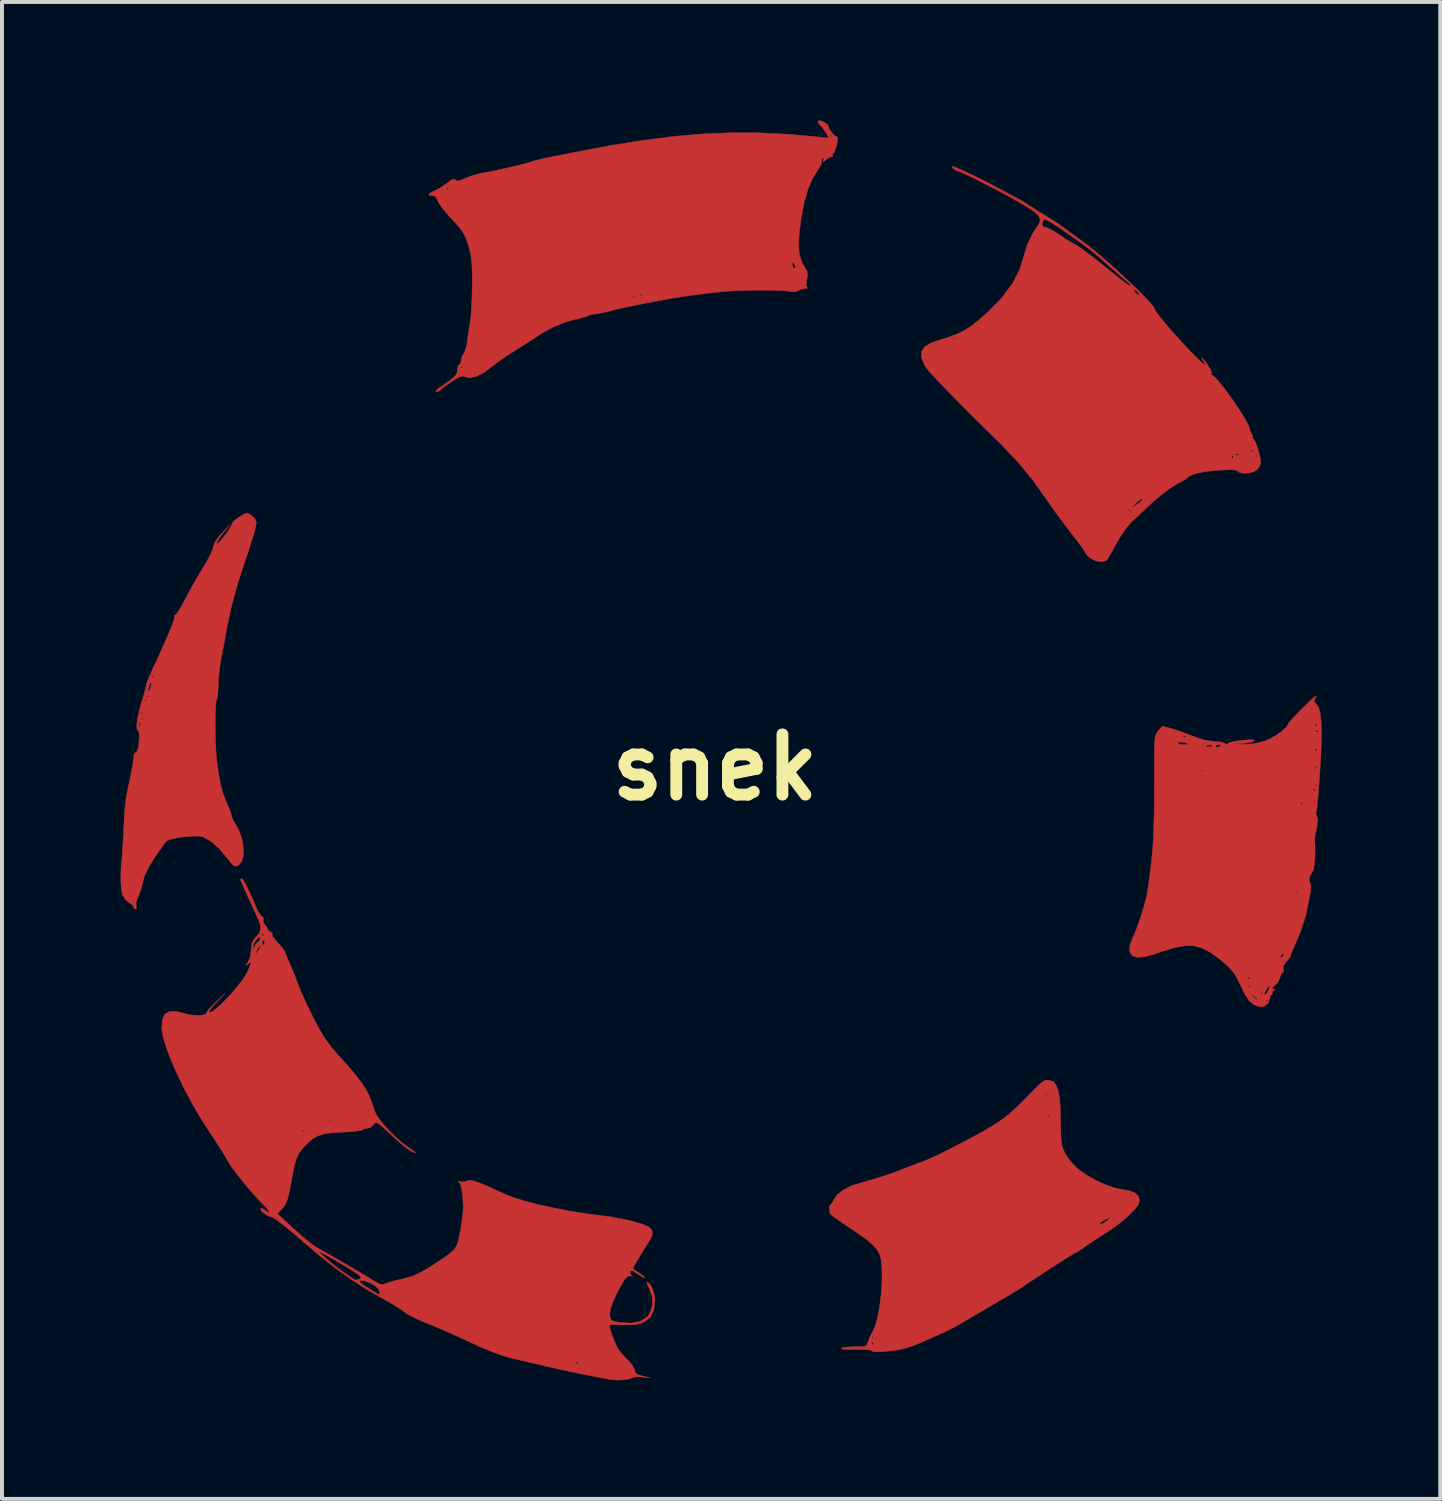
<source format=kicad_pcb>
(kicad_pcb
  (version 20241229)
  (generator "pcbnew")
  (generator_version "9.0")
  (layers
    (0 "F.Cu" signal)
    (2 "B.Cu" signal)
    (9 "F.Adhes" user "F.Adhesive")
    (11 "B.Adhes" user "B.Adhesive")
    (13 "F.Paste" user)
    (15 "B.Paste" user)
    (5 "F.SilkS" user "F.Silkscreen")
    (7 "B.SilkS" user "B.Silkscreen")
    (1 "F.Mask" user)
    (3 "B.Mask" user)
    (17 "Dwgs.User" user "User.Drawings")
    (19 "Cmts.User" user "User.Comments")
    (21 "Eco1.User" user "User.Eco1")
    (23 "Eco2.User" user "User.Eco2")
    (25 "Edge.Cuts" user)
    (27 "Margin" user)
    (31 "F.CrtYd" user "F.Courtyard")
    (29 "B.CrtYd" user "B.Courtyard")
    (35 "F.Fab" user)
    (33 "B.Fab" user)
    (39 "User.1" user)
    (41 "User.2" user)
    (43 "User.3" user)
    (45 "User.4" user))
  (footprint "snek"
    (layer "F.Cu")
    (at 15.036 16.36)
    (property "Reference" "snek" (at 0 0 0) (layer "F.SilkS") (effects (font (size 1.524 1.524) (thickness 0.3))))
    (attr through_hole)
    (fp_poly (pts (xy 8.429 7.912) (xy 8.444 7.915) (xy 8.534 7.94) (xy 8.57 7.953) (xy 8.635 8.059) (xy 8.682 8.185) (xy 8.713 8.348) (xy 8.731 8.564) (xy 8.74 8.85) (xy 8.74 8.917) (xy 8.744 9.178) (xy 8.752 9.367) (xy 8.765 9.503) (xy 8.787 9.606) (xy 8.821 9.695) (xy 8.862 9.776) (xy 8.967 9.932) (xy 9.106 10.09) (xy 9.182 10.16) (xy 9.386 10.305) (xy 9.629 10.443) (xy 9.883 10.56) (xy 10.115 10.639) (xy 10.229 10.663) (xy 10.462 10.705) (xy 10.616 10.761) (xy 10.704 10.84) (xy 10.737 10.948) (xy 10.738 10.981) (xy 10.702 11.07) (xy 10.603 11.195) (xy 10.456 11.343) (xy 10.276 11.499) (xy 10.076 11.65) (xy 9.891 11.772) (xy 9.706 11.888) (xy 9.511 12.017) (xy 9.388 12.103) (xy 9.254 12.196) (xy 9.142 12.267) (xy 9.087 12.296) (xy 9.029 12.328) (xy 8.911 12.4) (xy 8.749 12.502) (xy 8.559 12.624) (xy 8.358 12.754) (xy 8.16 12.884) (xy 7.983 13.001) (xy 7.842 13.097) (xy 7.786 13.137) (xy 7.712 13.185) (xy 7.577 13.267) (xy 7.402 13.372) (xy 7.214 13.481) (xy 6.979 13.618) (xy 6.728 13.765) (xy 6.497 13.902) (xy 6.367 13.978) (xy 6.184 14.085) (xy 6.011 14.181) (xy 5.876 14.251) (xy 5.841 14.267) (xy 5.719 14.322) (xy 5.549 14.398) (xy 5.368 14.481) (xy 5.361 14.484) (xy 5.166 14.567) (xy 4.968 14.643) (xy 4.811 14.694) (xy 4.655 14.729) (xy 4.475 14.757) (xy 4.294 14.776) (xy 4.134 14.785) (xy 4.017 14.781) (xy 3.965 14.763) (xy 3.965 14.759) (xy 3.922 14.741) (xy 3.81 14.729) (xy 3.648 14.725) (xy 3.576 14.726) (xy 3.4 14.726) (xy 3.265 14.719) (xy 3.193 14.706) (xy 3.187 14.7) (xy 3.228 14.68) (xy 3.336 14.665) (xy 3.45 14.658) (xy 3.606 14.654) (xy 3.731 14.649) (xy 3.781 14.647) (xy 3.841 14.604) (xy 3.853 14.574) (xy 3.965 14.574) (xy 3.981 14.612) (xy 3.995 14.604) (xy 4.001 14.55) (xy 3.995 14.543) (xy 3.968 14.55) (xy 3.965 14.574) (xy 3.853 14.574) (xy 3.873 14.528) (xy 3.913 14.414) (xy 3.965 14.414) (xy 3.988 14.437) (xy 4.01 14.414) (xy 3.988 14.391) (xy 3.965 14.414) (xy 3.913 14.414) (xy 3.916 14.405) (xy 3.977 14.294) (xy 4.047 14.145) (xy 4.108 13.926) (xy 4.159 13.658) (xy 4.198 13.362) (xy 4.22 13.06) (xy 4.225 12.773) (xy 4.209 12.523) (xy 4.196 12.433) (xy 4.161 12.312) (xy 4.095 12.197) (xy 3.989 12.077) (xy 3.831 11.943) (xy 3.612 11.784) (xy 3.38 11.629) (xy 3.248 11.541) (xy 9.732 11.541) (xy 9.772 11.553) (xy 9.832 11.526) (xy 9.92 11.46) (xy 9.921 11.46) (xy 10.029 11.366) (xy 9.88 11.438) (xy 9.767 11.501) (xy 9.732 11.541) (xy 3.248 11.541) (xy 3.2 11.509) (xy 3.052 11.405) (xy 2.949 11.328) (xy 2.909 11.29) (xy 2.909 11.289) (xy 2.898 11.219) (xy 2.89 11.176) (xy 2.898 11.094) (xy 2.919 11.069) (xy 2.969 11.007) (xy 3.004 10.936) (xy 3.09 10.811) (xy 3.243 10.69) (xy 3.437 10.589) (xy 3.553 10.549) (xy 3.85 10.463) (xy 4.079 10.396) (xy 4.258 10.34) (xy 4.408 10.29) (xy 4.547 10.24) (xy 4.695 10.182) (xy 4.72 10.173) (xy 4.903 10.102) (xy 5.109 10.025) (xy 5.2 9.992) (xy 5.361 9.929) (xy 5.565 9.838) (xy 5.774 9.737) (xy 5.828 9.71) (xy 6.221 9.507) (xy 6.544 9.336) (xy 6.809 9.19) (xy 7.028 9.061) (xy 7.212 8.94) (xy 7.36 8.83) (xy 8.404 8.83) (xy 8.427 8.853) (xy 8.45 8.83) (xy 8.427 8.807) (xy 8.404 8.83) (xy 7.36 8.83) (xy 7.374 8.819) (xy 7.526 8.692) (xy 7.679 8.548) (xy 7.845 8.381) (xy 7.94 8.283) (xy 7.942 8.281) (xy 8.358 8.281) (xy 8.381 8.304) (xy 8.404 8.281) (xy 8.381 8.258) (xy 8.358 8.281) (xy 7.942 8.281) (xy 8.106 8.113) (xy 8.224 8.002) (xy 8.308 7.937) (xy 8.371 7.911) (xy 8.429 7.912)) (stroke (width 0.01) (type solid)) (fill yes) (layer "F.Cu"))
    (fp_poly (pts (xy -11.765 -6.403) (xy -11.68 -6.334) (xy -11.624 -6.269) (xy -11.604 -6.203) (xy -11.616 -6.104) (xy -11.639 -6.002) (xy -11.679 -5.862) (xy -11.74 -5.665) (xy -11.813 -5.439) (xy -11.874 -5.262) (xy -12.073 -4.649) (xy -12.232 -4.066) (xy -12.346 -3.535) (xy -12.351 -3.504) (xy -12.394 -3.266) (xy -12.442 -3.007) (xy -12.486 -2.782) (xy -12.489 -2.771) (xy -12.527 -2.538) (xy -12.555 -2.276) (xy -12.566 -2.073) (xy -12.573 -1.906) (xy -12.585 -1.782) (xy -12.6 -1.721) (xy -12.603 -1.719) (xy -12.619 -1.676) (xy -12.63 -1.559) (xy -12.638 -1.385) (xy -12.641 -1.172) (xy -12.64 -0.936) (xy -12.635 -0.696) (xy -12.626 -0.468) (xy -12.613 -0.27) (xy -12.604 -0.177) (xy -12.556 0.17) (xy -12.503 0.447) (xy -12.439 0.676) (xy -12.359 0.878) (xy -12.344 0.91) (xy -12.284 1.05) (xy -12.244 1.164) (xy -12.236 1.208) (xy -12.212 1.289) (xy -12.15 1.405) (xy -12.122 1.449) (xy -12.023 1.636) (xy -11.958 1.845) (xy -11.927 2.054) (xy -11.933 2.244) (xy -11.976 2.392) (xy -12.055 2.477) (xy -12.117 2.501) (xy -12.171 2.488) (xy -12.237 2.426) (xy -12.333 2.301) (xy -12.337 2.297) (xy -12.549 2.048) (xy -12.763 1.862) (xy -12.952 1.757) (xy -13.061 1.74) (xy -13.225 1.741) (xy -13.417 1.756) (xy -13.607 1.783) (xy -13.767 1.818) (xy -13.866 1.858) (xy -13.871 1.862) (xy -13.919 1.917) (xy -14.003 2.031) (xy -14.109 2.184) (xy -14.182 2.293) (xy -14.334 2.541) (xy -14.431 2.748) (xy -14.484 2.933) (xy -14.485 2.936) (xy -14.523 3.099) (xy -14.572 3.239) (xy -14.601 3.298) (xy -14.644 3.416) (xy -14.64 3.496) (xy -14.634 3.572) (xy -14.659 3.59) (xy -14.704 3.554) (xy -14.708 3.532) (xy -14.745 3.471) (xy -14.811 3.429) (xy -14.905 3.356) (xy -14.975 3.255) (xy -15.007 3.135) (xy -15.026 2.952) (xy -15.031 2.732) (xy -15.022 2.504) (xy -15.009 2.377) (xy -15 2.281) (xy -14.989 2.115) (xy -14.976 1.901) (xy -14.963 1.662) (xy -14.961 1.622) (xy -14.947 1.334) (xy -14.933 1.113) (xy -14.918 0.938) (xy -14.898 0.783) (xy -14.87 0.627) (xy -14.832 0.445) (xy -14.8 0.298) (xy -14.758 0.097) (xy -14.727 -0.085) (xy -14.709 -0.219) (xy -14.708 -0.254) (xy -14.691 -0.354) (xy -14.651 -0.38) (xy -14.612 -0.412) (xy -14.584 -0.53) (xy -14.57 -0.651) (xy -14.564 -0.815) (xy -14.575 -0.908) (xy -14.593 -0.925) (xy -14.622 -0.959) (xy -14.627 -1.063) (xy -14.625 -1.078) (xy -14.563 -1.078) (xy -14.556 -1.013) (xy -14.54 -1.021) (xy -14.534 -1.115) (xy -14.54 -1.135) (xy -14.557 -1.141) (xy -14.563 -1.078) (xy -14.625 -1.078) (xy -14.608 -1.221) (xy -14.605 -1.238) (xy -14.525 -1.238) (xy -14.502 -1.215) (xy -14.479 -1.238) (xy -14.502 -1.261) (xy -14.525 -1.238) (xy -14.605 -1.238) (xy -14.577 -1.375) (xy -14.525 -1.375) (xy -14.502 -1.353) (xy -14.479 -1.375) (xy -14.502 -1.398) (xy -14.525 -1.375) (xy -14.577 -1.375) (xy -14.57 -1.414) (xy -14.513 -1.626) (xy -14.498 -1.673) (xy -14.491 -1.696) (xy -14.433 -1.696) (xy -14.41 -1.673) (xy -14.387 -1.696) (xy -14.41 -1.719) (xy -14.433 -1.696) (xy -14.491 -1.696) (xy -14.463 -1.787) (xy -14.387 -1.787) (xy -14.365 -1.765) (xy -14.342 -1.787) (xy -14.365 -1.81) (xy -14.387 -1.787) (xy -14.463 -1.787) (xy -14.446 -1.843) (xy -14.417 -1.948) (xy -14.335 -1.948) (xy -14.323 -1.922) (xy -14.296 -1.97) (xy -14.263 -2.077) (xy -14.257 -2.131) (xy -14.268 -2.156) (xy -14.296 -2.108) (xy -14.329 -2.001) (xy -14.335 -1.948) (xy -14.417 -1.948) (xy -14.407 -1.984) (xy -14.389 -2.068) (xy -14.388 -2.076) (xy -14.369 -2.149) (xy -14.322 -2.272) (xy -14.314 -2.291) (xy -14.25 -2.291) (xy -14.227 -2.268) (xy -14.204 -2.291) (xy -14.227 -2.314) (xy -14.25 -2.291) (xy -14.314 -2.291) (xy -14.277 -2.374) (xy -14.084 -2.793) (xy -13.93 -3.134) (xy -13.813 -3.402) (xy -13.733 -3.6) (xy -13.687 -3.732) (xy -13.674 -3.802) (xy -13.675 -3.811) (xy -13.677 -3.854) (xy -13.66 -3.85) (xy -13.625 -3.878) (xy -13.559 -3.972) (xy -13.475 -4.117) (xy -13.405 -4.248) (xy -13.278 -4.488) (xy -13.128 -4.754) (xy -12.982 -5) (xy -12.942 -5.065) (xy -12.836 -5.243) (xy -12.753 -5.406) (xy -12.703 -5.529) (xy -12.694 -5.575) (xy -12.655 -5.693) (xy -12.542 -5.849) (xy -12.484 -5.913) (xy -12.273 -6.135) (xy -12.438 -5.932) (xy -12.528 -5.81) (xy -12.588 -5.707) (xy -12.603 -5.661) (xy -12.578 -5.661) (xy -12.514 -5.723) (xy -12.422 -5.834) (xy -12.4 -5.863) (xy -12.305 -5.998) (xy -12.24 -6.105) (xy -12.218 -6.163) (xy -12.219 -6.166) (xy -12.197 -6.208) (xy -12.122 -6.274) (xy -12.02 -6.346) (xy -11.917 -6.405) (xy -11.842 -6.432) (xy -11.837 -6.433) (xy -11.765 -6.403)) (stroke (width 0.01) (type solid)) (fill yes) (layer "F.Cu"))
    (fp_poly (pts (xy 2.759 -16.321) (xy 2.839 -16.266) (xy 2.868 -16.216) (xy 2.898 -16.138) (xy 2.964 -16.045) (xy 3.04 -15.972) (xy 3.085 -15.952) (xy 3.104 -15.911) (xy 3.092 -15.798) (xy 3.081 -15.746) (xy 3.045 -15.624) (xy 3.008 -15.55) (xy 2.993 -15.54) (xy 2.973 -15.512) (xy 2.981 -15.494) (xy 2.974 -15.453) (xy 2.953 -15.448) (xy 2.878 -15.421) (xy 2.805 -15.368) (xy 2.74 -15.315) (xy 2.728 -15.324) (xy 2.744 -15.371) (xy 2.751 -15.427) (xy 2.725 -15.423) (xy 2.695 -15.361) (xy 2.7 -15.334) (xy 2.689 -15.263) (xy 2.633 -15.158) (xy 2.607 -15.121) (xy 2.465 -14.894) (xy 2.348 -14.617) (xy 2.253 -14.279) (xy 2.177 -13.869) (xy 2.132 -13.531) (xy 2.113 -13.213) (xy 2.138 -12.959) (xy 2.211 -12.751) (xy 2.275 -12.646) (xy 2.332 -12.543) (xy 2.34 -12.434) (xy 2.323 -12.34) (xy 2.304 -12.205) (xy 2.325 -12.141) (xy 2.334 -12.136) (xy 2.335 -12.12) (xy 2.269 -12.111) (xy 2.16 -12.089) (xy 2.101 -12.056) (xy 2.009 -12.026) (xy 1.874 -12.041) (xy 1.766 -12.053) (xy 1.588 -12.063) (xy 1.362 -12.068) (xy 1.109 -12.069) (xy 1.013 -12.068) (xy 0.75 -12.063) (xy 0.522 -12.055) (xy 0.306 -12.042) (xy 0.08 -12.021) (xy -0.179 -11.992) (xy -0.493 -11.952) (xy -0.69 -11.926) (xy -0.92 -11.892) (xy -1.204 -11.843) (xy -1.52 -11.786) (xy -1.841 -11.724) (xy -2.146 -11.662) (xy -2.409 -11.605) (xy -2.606 -11.557) (xy -2.613 -11.555) (xy -2.788 -11.512) (xy -2.939 -11.48) (xy -3.035 -11.467) (xy -3.04 -11.467) (xy -3.162 -11.445) (xy -3.222 -11.42) (xy -3.318 -11.384) (xy -3.462 -11.346) (xy -3.54 -11.33) (xy -3.802 -11.256) (xy -4.091 -11.137) (xy -4.366 -10.99) (xy -4.476 -10.918) (xy -4.599 -10.836) (xy -4.771 -10.725) (xy -4.963 -10.603) (xy -5.051 -10.549) (xy -5.243 -10.426) (xy -5.426 -10.301) (xy -5.573 -10.194) (xy -5.62 -10.156) (xy -5.843 -9.989) (xy -6.044 -9.886) (xy -6.21 -9.851) (xy -6.3 -9.869) (xy -6.372 -9.892) (xy -6.445 -9.882) (xy -6.545 -9.833) (xy -6.672 -9.751) (xy -6.806 -9.659) (xy -6.907 -9.583) (xy -6.953 -9.54) (xy -7.016 -9.503) (xy -7.051 -9.499) (xy -7.062 -9.52) (xy -7.007 -9.576) (xy -6.957 -9.612) (xy -6.766 -9.744) (xy -6.639 -9.84) (xy -6.564 -9.913) (xy -6.527 -9.976) (xy -6.516 -10.041) (xy -6.516 -10.057) (xy -6.507 -10.117) (xy -6.424 -10.117) (xy -6.401 -10.094) (xy -6.378 -10.117) (xy -6.401 -10.14) (xy -6.424 -10.117) (xy -6.507 -10.117) (xy -6.502 -10.149) (xy -6.47 -10.185) (xy -6.434 -10.224) (xy -6.424 -10.285) (xy -6.395 -10.401) (xy -6.36 -10.456) (xy -6.318 -10.543) (xy -6.282 -10.681) (xy -6.271 -10.757) (xy -6.246 -10.944) (xy -6.212 -11.153) (xy -6.196 -11.238) (xy -6.178 -11.376) (xy -6.162 -11.581) (xy -6.15 -11.828) (xy -6.148 -11.902) (xy -2.076 -11.902) (xy -2.054 -11.879) (xy -2.031 -11.902) (xy -2.054 -11.925) (xy -2.076 -11.902) (xy -6.148 -11.902) (xy -6.147 -11.947) (xy -1.893 -11.947) (xy -1.87 -11.925) (xy -1.848 -11.947) (xy -1.87 -11.97) (xy -1.893 -11.947) (xy -6.147 -11.947) (xy -6.143 -12.093) (xy -6.142 -12.176) (xy -6.141 -12.462) (xy -6.147 -12.679) (xy -6.152 -12.744) (xy 1.952 -12.744) (xy 1.969 -12.664) (xy 2.007 -12.623) (xy 2.031 -12.63) (xy 2.027 -12.68) (xy 2.002 -12.733) (xy 1.965 -12.786) (xy 1.953 -12.759) (xy 1.952 -12.744) (xy -6.152 -12.744) (xy -6.161 -12.85) (xy -6.184 -12.996) (xy -6.22 -13.14) (xy -6.237 -13.197) (xy -6.293 -13.365) (xy -6.356 -13.499) (xy -6.442 -13.626) (xy -6.568 -13.773) (xy -6.659 -13.87) (xy -6.799 -14.026) (xy -6.917 -14.173) (xy -6.994 -14.29) (xy -7.015 -14.336) (xy -7.066 -14.435) (xy -7.149 -14.461) (xy -7.233 -14.471) (xy -7.234 -14.506) (xy -7.156 -14.557) (xy -7.099 -14.582) (xy -6.973 -14.648) (xy -6.79 -14.648) (xy -6.767 -14.625) (xy -6.745 -14.648) (xy -6.767 -14.67) (xy -6.79 -14.648) (xy -6.973 -14.648) (xy -6.969 -14.649) (xy -6.823 -14.745) (xy -6.776 -14.781) (xy -6.662 -14.862) (xy -6.595 -14.882) (xy -6.565 -14.86) (xy -6.524 -14.832) (xy -6.446 -14.846) (xy -6.32 -14.899) (xy -6.142 -14.967) (xy -5.941 -15.023) (xy -5.867 -15.038) (xy -5.672 -15.073) (xy -5.441 -15.121) (xy -5.199 -15.175) (xy -4.972 -15.229) (xy -4.784 -15.278) (xy -4.662 -15.316) (xy -4.549 -15.349) (xy -4.381 -15.391) (xy -4.193 -15.431) (xy -4.182 -15.433) (xy -3.959 -15.477) (xy -3.72 -15.524) (xy -3.541 -15.56) (xy -2.647 -15.729) (xy -1.822 -15.861) (xy -1.052 -15.959) (xy -0.322 -16.022) (xy 0.382 -16.052) (xy 1.075 -16.051) (xy 1.771 -16.019) (xy 2.088 -15.995) (xy 2.311 -15.975) (xy 2.512 -15.956) (xy 2.665 -15.941) (xy 2.74 -15.932) (xy 2.831 -15.926) (xy 2.866 -15.935) (xy 2.85 -15.975) (xy 2.912 -15.975) (xy 2.935 -15.952) (xy 2.958 -15.975) (xy 2.935 -15.998) (xy 2.912 -15.975) (xy 2.85 -15.975) (xy 2.841 -15.996) (xy 2.78 -16.093) (xy 2.706 -16.193) (xy 2.644 -16.26) (xy 2.601 -16.32) (xy 2.606 -16.348) (xy 2.668 -16.355) (xy 2.759 -16.321)) (stroke (width 0.01) (type solid)) (fill yes) (layer "F.Cu"))
    (fp_poly (pts (xy 6.086 -15.176) (xy 6.173 -15.139) (xy 6.323 -15.071) (xy 6.512 -14.983) (xy 6.722 -14.883) (xy 6.726 -14.881) (xy 7.727 -14.352) (xy 8.688 -13.747) (xy 9.434 -13.203) (xy 9.618 -13.055) (xy 9.826 -12.878) (xy 10.048 -12.682) (xy 10.273 -12.476) (xy 10.491 -12.271) (xy 10.693 -12.077) (xy 10.867 -11.901) (xy 11.004 -11.756) (xy 11.093 -11.65) (xy 11.125 -11.593) (xy 11.124 -11.59) (xy 11.147 -11.54) (xy 11.221 -11.436) (xy 11.337 -11.291) (xy 11.484 -11.118) (xy 11.65 -10.929) (xy 11.824 -10.737) (xy 11.996 -10.554) (xy 12.154 -10.393) (xy 12.251 -10.3) (xy 12.354 -10.207) (xy 12.4 -10.174) (xy 12.395 -10.2) (xy 12.37 -10.243) (xy 12.316 -10.338) (xy 12.309 -10.368) (xy 12.343 -10.336) (xy 12.41 -10.251) (xy 12.472 -10.163) (xy 12.541 -10.047) (xy 12.567 -9.973) (xy 12.556 -9.956) (xy 12.548 -9.938) (xy 12.607 -9.899) (xy 12.676 -9.837) (xy 12.782 -9.714) (xy 12.911 -9.548) (xy 13.051 -9.355) (xy 13.192 -9.152) (xy 13.32 -8.957) (xy 13.424 -8.786) (xy 13.492 -8.657) (xy 13.51 -8.606) (xy 13.547 -8.489) (xy 13.586 -8.412) (xy 13.608 -8.363) (xy 13.595 -8.355) (xy 13.593 -8.332) (xy 13.628 -8.298) (xy 13.672 -8.226) (xy 13.721 -8.096) (xy 13.766 -7.939) (xy 13.796 -7.787) (xy 13.804 -7.695) (xy 13.776 -7.62) (xy 13.719 -7.538) (xy 13.625 -7.477) (xy 13.494 -7.443) (xy 13.359 -7.438) (xy 13.256 -7.466) (xy 13.228 -7.492) (xy 13.173 -7.517) (xy 13.045 -7.527) (xy 12.836 -7.521) (xy 12.756 -7.517) (xy 12.422 -7.485) (xy 12.171 -7.437) (xy 12.006 -7.373) (xy 11.951 -7.328) (xy 11.87 -7.265) (xy 11.821 -7.242) (xy 11.686 -7.173) (xy 11.509 -7.057) (xy 11.312 -6.911) (xy 11.118 -6.751) (xy 11.01 -6.653) (xy 10.849 -6.5) (xy 10.679 -6.341) (xy 10.548 -6.22) (xy 10.395 -6.047) (xy 10.237 -5.815) (xy 10.143 -5.648) (xy 10.052 -5.477) (xy 9.971 -5.338) (xy 9.913 -5.25) (xy 9.896 -5.232) (xy 9.775 -5.199) (xy 9.624 -5.224) (xy 9.491 -5.294) (xy 9.406 -5.369) (xy 9.366 -5.428) (xy 9.365 -5.432) (xy 9.338 -5.483) (xy 9.264 -5.59) (xy 9.156 -5.736) (xy 9.028 -5.901) (xy 8.853 -6.127) (xy 8.661 -6.386) (xy 8.579 -6.501) (xy 10.463 -6.501) (xy 10.486 -6.478) (xy 10.509 -6.501) (xy 10.486 -6.524) (xy 10.463 -6.501) (xy 8.579 -6.501) (xy 8.54 -6.556) (xy 10.532 -6.556) (xy 10.683 -6.66) (xy 10.772 -6.73) (xy 10.81 -6.781) (xy 10.808 -6.79) (xy 10.763 -6.778) (xy 10.684 -6.714) (xy 10.657 -6.686) (xy 10.532 -6.556) (xy 8.54 -6.556) (xy 8.483 -6.636) (xy 8.401 -6.756) (xy 8.037 -7.268) (xy 7.659 -7.726) (xy 7.54 -7.851) (xy 13.072 -7.851) (xy 13.089 -7.814) (xy 13.103 -7.821) (xy 13.108 -7.874) (xy 13.667 -7.874) (xy 13.69 -7.851) (xy 13.713 -7.874) (xy 13.69 -7.897) (xy 13.667 -7.874) (xy 13.108 -7.874) (xy 13.108 -7.875) (xy 13.103 -7.882) (xy 13.075 -7.876) (xy 13.072 -7.851) (xy 7.54 -7.851) (xy 7.468 -7.928) (xy 13.179 -7.928) (xy 13.185 -7.9) (xy 13.209 -7.897) (xy 13.247 -7.914) (xy 13.24 -7.928) (xy 13.186 -7.933) (xy 13.179 -7.928) (xy 7.468 -7.928) (xy 7.381 -8.019) (xy 13.545 -8.019) (xy 13.551 -7.992) (xy 13.575 -7.989) (xy 13.613 -8.005) (xy 13.606 -8.019) (xy 13.552 -8.025) (xy 13.545 -8.019) (xy 7.381 -8.019) (xy 7.239 -8.168) (xy 7.206 -8.201) (xy 6.799 -8.6) (xy 6.433 -8.964) (xy 6.111 -9.288) (xy 5.837 -9.568) (xy 5.615 -9.8) (xy 5.449 -9.98) (xy 5.343 -10.105) (xy 5.304 -10.16) (xy 5.225 -10.358) (xy 5.221 -10.514) (xy 5.297 -10.636) (xy 5.456 -10.733) (xy 5.613 -10.789) (xy 5.806 -10.849) (xy 6.024 -10.849) (xy 6.047 -10.826) (xy 6.07 -10.849) (xy 6.047 -10.872) (xy 6.024 -10.849) (xy 5.806 -10.849) (xy 5.899 -10.878) (xy 6.123 -10.961) (xy 6.309 -11.052) (xy 6.482 -11.164) (xy 6.67 -11.313) (xy 6.896 -11.513) (xy 6.898 -11.515) (xy 7.255 -11.879) (xy 7.4 -12.074) (xy 10.601 -12.074) (xy 10.626 -12.015) (xy 10.679 -11.96) (xy 10.725 -11.943) (xy 10.729 -11.946) (xy 10.717 -11.989) (xy 10.675 -12.04) (xy 10.618 -12.082) (xy 10.601 -12.074) (xy 7.4 -12.074) (xy 7.528 -12.246) (xy 7.712 -12.611) (xy 7.784 -12.845) (xy 7.897 -13.219) (xy 8.048 -13.531) (xy 8.136 -13.658) (xy 8.187 -13.737) (xy 8.269 -13.737) (xy 8.3 -13.675) (xy 8.351 -13.664) (xy 8.429 -13.638) (xy 8.554 -13.573) (xy 8.691 -13.484) (xy 8.851 -13.377) (xy 9.009 -13.282) (xy 9.111 -13.227) (xy 9.201 -13.172) (xy 9.345 -13.07) (xy 9.528 -12.932) (xy 9.733 -12.77) (xy 9.878 -12.652) (xy 10.077 -12.491) (xy 10.25 -12.354) (xy 10.387 -12.25) (xy 10.475 -12.189) (xy 10.503 -12.177) (xy 10.505 -12.213) (xy 10.466 -12.247) (xy 10.371 -12.33) (xy 10.233 -12.45) (xy 10.067 -12.596) (xy 10.02 -12.636) (xy 9.823 -12.809) (xy 9.668 -12.943) (xy 9.535 -13.053) (xy 9.406 -13.154) (xy 9.26 -13.262) (xy 9.079 -13.39) (xy 8.843 -13.555) (xy 8.822 -13.571) (xy 8.615 -13.712) (xy 8.469 -13.803) (xy 8.376 -13.848) (xy 8.323 -13.853) (xy 8.308 -13.84) (xy 8.269 -13.737) (xy 8.187 -13.737) (xy 8.206 -13.768) (xy 8.224 -13.862) (xy 8.182 -13.954) (xy 8.072 -14.055) (xy 7.889 -14.178) (xy 7.82 -14.22) (xy 7.644 -14.323) (xy 7.43 -14.442) (xy 7.193 -14.569) (xy 6.949 -14.697) (xy 6.713 -14.818) (xy 6.498 -14.925) (xy 6.32 -15.009) (xy 6.194 -15.064) (xy 6.136 -15.082) (xy 6.063 -15.114) (xy 6.023 -15.152) (xy 5.992 -15.198) (xy 6.025 -15.198) (xy 6.086 -15.176)) (stroke (width 0.01) (type solid)) (fill yes) (layer "F.Cu"))
    (fp_poly (pts (xy 15.205 -1.782) (xy 15.178 -1.742) (xy 15.149 -1.679) (xy 15.189 -1.616) (xy 15.215 -1.593) (xy 15.267 -1.516) (xy 15.305 -1.383) (xy 15.33 -1.188) (xy 15.34 -0.928) (xy 15.336 -0.597) (xy 15.319 -0.19) (xy 15.287 0.298) (xy 15.242 0.865) (xy 15.227 1.013) (xy 15.21 1.121) (xy 15.199 1.158) (xy 15.205 1.206) (xy 15.224 1.235) (xy 15.246 1.322) (xy 15.227 1.486) (xy 15.217 1.536) (xy 15.188 1.681) (xy 15.17 1.791) (xy 15.167 1.828) (xy 15.179 2.057) (xy 15.176 2.276) (xy 15.16 2.465) (xy 15.132 2.602) (xy 15.096 2.669) (xy 15.046 2.744) (xy 15.033 2.855) (xy 15.057 2.941) (xy 15.073 3.023) (xy 15.063 3.146) (xy 15.058 3.17) (xy 15.033 3.292) (xy 15.017 3.376) (xy 15.015 3.384) (xy 14.943 3.748) (xy 14.822 4.125) (xy 14.682 4.46) (xy 14.62 4.601) (xy 14.576 4.711) (xy 14.563 4.757) (xy 14.531 4.819) (xy 14.458 4.905) (xy 14.454 4.908) (xy 14.377 5.025) (xy 14.377 5.103) (xy 14.382 5.174) (xy 14.36 5.192) (xy 14.32 5.231) (xy 14.285 5.327) (xy 14.285 5.33) (xy 14.234 5.445) (xy 14.161 5.518) (xy 14.099 5.562) (xy 14.118 5.6) (xy 14.13 5.608) (xy 14.168 5.641) (xy 14.133 5.649) (xy 14.096 5.675) (xy 14.102 5.695) (xy 14.098 5.737) (xy 14.082 5.741) (xy 14.045 5.78) (xy 14.033 5.854) (xy 13.993 5.966) (xy 13.892 6.042) (xy 13.796 6.06) (xy 13.715 6.038) (xy 13.607 5.988) (xy 13.511 5.904) (xy 13.509 5.901) (xy 13.942 5.901) (xy 13.965 5.924) (xy 13.987 5.901) (xy 13.965 5.878) (xy 13.942 5.901) (xy 13.509 5.901) (xy 13.409 5.748) (xy 13.405 5.741) (xy 13.578 5.741) (xy 13.59 5.765) (xy 13.615 5.798) (xy 13.682 5.869) (xy 13.712 5.869) (xy 13.713 5.861) (xy 13.682 5.823) (xy 13.633 5.781) (xy 13.578 5.741) (xy 13.405 5.741) (xy 13.394 5.718) (xy 13.804 5.718) (xy 13.827 5.741) (xy 13.899 5.741) (xy 13.916 5.753) (xy 13.955 5.709) (xy 13.998 5.637) (xy 14.027 5.564) (xy 14.032 5.538) (xy 14.011 5.535) (xy 13.966 5.584) (xy 13.913 5.681) (xy 13.899 5.741) (xy 13.827 5.741) (xy 13.85 5.718) (xy 13.827 5.695) (xy 13.804 5.718) (xy 13.394 5.718) (xy 13.319 5.567) (xy 13.304 5.535) (xy 13.484 5.535) (xy 13.507 5.558) (xy 13.53 5.535) (xy 13.507 5.512) (xy 13.484 5.535) (xy 13.304 5.535) (xy 13.216 5.355) (xy 13.201 5.329) (xy 13.484 5.329) (xy 13.501 5.367) (xy 13.514 5.36) (xy 13.52 5.305) (xy 13.514 5.299) (xy 13.487 5.305) (xy 13.484 5.329) (xy 13.201 5.329) (xy 13.12 5.195) (xy 13.008 5.062) (xy 12.858 4.927) (xy 12.702 4.804) (xy 12.671 4.783) (xy 14.308 4.783) (xy 14.322 4.824) (xy 14.356 4.788) (xy 14.371 4.755) (xy 14.374 4.707) (xy 14.353 4.712) (xy 14.309 4.77) (xy 14.308 4.783) (xy 12.671 4.783) (xy 12.493 4.659) (xy 12.3 4.562) (xy 12.106 4.514) (xy 11.894 4.512) (xy 11.645 4.556) (xy 11.342 4.645) (xy 11.15 4.712) (xy 10.882 4.789) (xy 10.681 4.806) (xy 10.549 4.764) (xy 10.486 4.662) (xy 10.494 4.502) (xy 10.572 4.285) (xy 10.602 4.223) (xy 10.665 4.076) (xy 10.738 3.871) (xy 10.813 3.639) (xy 10.878 3.411) (xy 10.926 3.217) (xy 10.937 3.155) (xy 14.674 3.155) (xy 14.697 3.178) (xy 14.72 3.155) (xy 14.697 3.132) (xy 14.674 3.155) (xy 10.937 3.155) (xy 10.941 3.132) (xy 10.982 2.838) (xy 11.015 2.581) (xy 11.043 2.347) (xy 11.064 2.125) (xy 11.081 1.902) (xy 11.093 1.665) (xy 11.102 1.401) (xy 11.108 1.099) (xy 11.109 0.913) (xy 14.811 0.913) (xy 14.834 0.936) (xy 14.857 0.913) (xy 14.834 0.89) (xy 14.811 0.913) (xy 11.109 0.913) (xy 11.11 0.867) (xy 15.132 0.867) (xy 15.154 0.89) (xy 15.177 0.867) (xy 15.154 0.844) (xy 15.132 0.867) (xy 11.11 0.867) (xy 11.111 0.745) (xy 11.111 0.57) (xy 15.132 0.57) (xy 15.148 0.607) (xy 15.162 0.6) (xy 15.168 0.546) (xy 15.162 0.539) (xy 15.135 0.545) (xy 15.132 0.57) (xy 11.111 0.57) (xy 11.112 0.455) (xy 15.177 0.455) (xy 15.2 0.478) (xy 15.223 0.455) (xy 15.2 0.432) (xy 15.177 0.455) (xy 11.112 0.455) (xy 11.112 0.327) (xy 11.112 0.089) (xy 12.294 0.089) (xy 12.317 0.112) (xy 12.34 0.089) (xy 12.317 0.066) (xy 12.294 0.089) (xy 11.112 0.089) (xy 11.112 -0.003) (xy 15.177 -0.003) (xy 15.2 0.02) (xy 15.223 -0.003) (xy 15.2 -0.025) (xy 15.177 -0.003) (xy 11.112 -0.003) (xy 11.112 -0.167) (xy 11.112 -0.268) (xy 11.113 -0.437) (xy 15.177 -0.437) (xy 15.194 -0.4) (xy 15.208 -0.407) (xy 15.213 -0.461) (xy 15.208 -0.468) (xy 15.181 -0.462) (xy 15.177 -0.437) (xy 11.113 -0.437) (xy 11.114 -0.502) (xy 11.114 -0.513) (xy 12.423 -0.513) (xy 12.504 -0.52) (xy 12.508 -0.521) (xy 12.542 -0.53) (xy 12.66 -0.53) (xy 12.694 -0.505) (xy 12.729 -0.512) (xy 12.789 -0.545) (xy 12.797 -0.557) (xy 12.76 -0.573) (xy 12.729 -0.575) (xy 12.668 -0.551) (xy 12.66 -0.53) (xy 12.542 -0.53) (xy 12.585 -0.542) (xy 12.576 -0.559) (xy 12.552 -0.565) (xy 12.459 -0.559) (xy 12.423 -0.539) (xy 12.423 -0.513) (xy 11.114 -0.513) (xy 11.118 -0.621) (xy 11.699 -0.621) (xy 11.739 -0.589) (xy 11.836 -0.575) (xy 11.844 -0.575) (xy 11.938 -0.579) (xy 11.971 -0.59) (xy 11.97 -0.591) (xy 11.956 -0.597) (xy 12.34 -0.597) (xy 12.363 -0.575) (xy 12.386 -0.597) (xy 12.363 -0.62) (xy 12.34 -0.597) (xy 11.956 -0.597) (xy 11.901 -0.622) (xy 11.807 -0.64) (xy 11.726 -0.639) (xy 11.699 -0.621) (xy 11.118 -0.621) (xy 11.12 -0.664) (xy 11.134 -0.772) (xy 11.139 -0.788) (xy 11.852 -0.788) (xy 11.858 -0.761) (xy 11.882 -0.758) (xy 11.92 -0.774) (xy 11.913 -0.788) (xy 11.858 -0.794) (xy 11.852 -0.788) (xy 11.139 -0.788) (xy 11.159 -0.847) (xy 11.197 -0.906) (xy 11.214 -0.926) (xy 11.315 -1.044) (xy 11.587 -0.968) (xy 11.792 -0.903) (xy 12.013 -0.821) (xy 12.122 -0.776) (xy 12.373 -0.692) (xy 12.615 -0.657) (xy 12.626 -0.656) (xy 12.768 -0.645) (xy 12.871 -0.62) (xy 12.9 -0.602) (xy 12.944 -0.577) (xy 12.969 -0.602) (xy 13.029 -0.631) (xy 13.154 -0.66) (xy 13.32 -0.683) (xy 13.347 -0.686) (xy 13.533 -0.699) (xy 13.632 -0.695) (xy 13.644 -0.672) (xy 13.644 -0.672) (xy 13.575 -0.642) (xy 13.449 -0.617) (xy 13.37 -0.608) (xy 13.141 -0.591) (xy 13.394 -0.583) (xy 13.643 -0.6) (xy 13.887 -0.659) (xy 13.891 -0.66) (xy 14.046 -0.729) (xy 14.205 -0.821) (xy 14.346 -0.921) (xy 14.351 -0.925) (xy 15.193 -0.925) (xy 15.199 -0.898) (xy 15.223 -0.895) (xy 15.261 -0.912) (xy 15.254 -0.925) (xy 15.199 -0.931) (xy 15.193 -0.925) (xy 14.351 -0.925) (xy 14.449 -1.015) (xy 14.486 -1.078) (xy 15.177 -1.078) (xy 15.194 -1.04) (xy 15.208 -1.048) (xy 15.213 -1.102) (xy 15.208 -1.109) (xy 15.181 -1.102) (xy 15.177 -1.078) (xy 14.486 -1.078) (xy 14.491 -1.086) (xy 14.491 -1.089) (xy 14.521 -1.137) (xy 14.602 -1.231) (xy 14.717 -1.353) (xy 14.848 -1.488) (xy 14.98 -1.617) (xy 15.095 -1.725) (xy 15.176 -1.794) (xy 15.205 -1.81) (xy 15.205 -1.782)) (stroke (width 0.01) (type solid)) (fill yes) (layer "F.Cu"))
    (fp_poly (pts (xy -11.931 2.854) (xy -11.863 2.974) (xy -11.771 3.166) (xy -11.657 3.422) (xy -11.6 3.556) (xy -11.539 3.679) (xy -11.482 3.758) (xy -11.456 3.773) (xy -11.423 3.806) (xy -11.429 3.84) (xy -11.421 3.925) (xy -11.388 3.975) (xy -11.333 4.049) (xy -11.321 4.085) (xy -11.284 4.137) (xy -11.246 4.158) (xy -11.195 4.195) (xy -11.197 4.214) (xy -11.197 4.266) (xy -11.18 4.293) (xy -11.124 4.358) (xy -11.036 4.46) (xy -10.999 4.502) (xy -10.917 4.604) (xy -10.869 4.679) (xy -10.863 4.695) (xy -10.846 4.754) (xy -10.8 4.867) (xy -10.753 4.973) (xy -10.673 5.159) (xy -10.589 5.371) (xy -10.545 5.489) (xy -10.487 5.636) (xy -10.398 5.839) (xy -10.29 6.071) (xy -10.174 6.307) (xy -10.164 6.329) (xy -10.005 6.628) (xy -9.858 6.868) (xy -9.704 7.077) (xy -9.559 7.245) (xy -9.305 7.528) (xy -9.106 7.761) (xy -8.953 7.956) (xy -8.839 8.128) (xy -8.752 8.291) (xy -8.685 8.458) (xy -8.628 8.644) (xy -8.62 8.672) (xy -8.558 8.801) (xy -8.439 8.966) (xy -8.279 9.15) (xy -8.096 9.334) (xy -7.905 9.501) (xy -7.752 9.613) (xy -7.631 9.698) (xy -7.576 9.746) (xy -7.59 9.753) (xy -7.675 9.713) (xy -7.715 9.691) (xy -7.81 9.624) (xy -7.949 9.512) (xy -8.109 9.371) (xy -8.215 9.273) (xy -8.373 9.125) (xy -8.478 9.034) (xy -8.544 8.99) (xy -8.586 8.985) (xy -8.616 9.013) (xy -8.629 9.033) (xy -8.714 9.107) (xy -8.789 9.128) (xy -8.88 9.144) (xy -8.915 9.168) (xy -8.968 9.186) (xy -9.093 9.204) (xy -9.269 9.219) (xy -9.432 9.228) (xy -9.702 9.245) (xy -9.903 9.275) (xy -10.058 9.326) (xy -10.19 9.406) (xy -10.323 9.524) (xy -10.369 9.57) (xy -10.46 9.671) (xy -10.529 9.77) (xy -10.583 9.884) (xy -10.628 10.033) (xy -10.673 10.235) (xy -10.723 10.508) (xy -10.724 10.51) (xy -10.768 10.745) (xy -10.808 10.91) (xy -10.851 11.024) (xy -10.903 11.108) (xy -10.941 11.153) (xy -11.069 11.288) (xy -10.657 11.671) (xy -10.476 11.833) (xy -10.296 11.982) (xy -10.141 12.1) (xy -10.04 12.164) (xy -9.89 12.246) (xy -9.686 12.363) (xy -9.448 12.5) (xy -9.2 12.645) (xy -8.965 12.784) (xy -8.765 12.904) (xy -8.631 12.987) (xy -8.506 13.06) (xy -8.422 13.083) (xy -8.35 13.065) (xy -8.335 13.057) (xy -8.238 13.021) (xy -8.086 12.98) (xy -7.919 12.943) (xy -7.658 12.872) (xy -7.4 12.751) (xy -7.278 12.678) (xy -7.026 12.518) (xy -6.841 12.394) (xy -6.711 12.297) (xy -6.623 12.218) (xy -6.565 12.146) (xy -6.537 12.099) (xy -6.501 11.995) (xy -6.463 11.829) (xy -6.425 11.627) (xy -6.395 11.417) (xy -6.375 11.228) (xy -6.37 11.119) (xy -6.378 10.898) (xy -6.401 10.707) (xy -6.434 10.565) (xy -6.474 10.494) (xy -6.501 10.466) (xy -6.448 10.475) (xy -6.433 10.479) (xy -6.329 10.484) (xy -6.271 10.461) (xy -6.218 10.443) (xy -6.128 10.454) (xy -5.991 10.497) (xy -5.798 10.574) (xy -5.54 10.689) (xy -5.303 10.8) (xy -5.094 10.883) (xy -4.811 10.969) (xy -4.474 11.057) (xy -4.098 11.14) (xy -3.703 11.217) (xy -3.305 11.281) (xy -2.946 11.328) (xy -2.64 11.369) (xy -2.344 11.423) (xy -2.076 11.484) (xy -1.856 11.548) (xy -1.703 11.61) (xy -1.676 11.626) (xy -1.594 11.709) (xy -1.583 11.814) (xy -1.645 11.955) (xy -1.686 12.018) (xy -1.763 12.137) (xy -1.853 12.282) (xy -1.943 12.429) (xy -2.018 12.558) (xy -2.066 12.647) (xy -2.076 12.673) (xy -2.041 12.705) (xy -1.954 12.765) (xy -1.914 12.79) (xy -1.819 12.857) (xy -1.773 12.904) (xy -1.774 12.913) (xy -1.82 12.902) (xy -1.91 12.847) (xy -1.955 12.814) (xy -2.07 12.74) (xy -2.135 12.734) (xy -2.147 12.746) (xy -2.144 12.814) (xy -2.117 12.844) (xy -2.084 12.874) (xy -2.131 12.864) (xy -2.134 12.863) (xy -2.207 12.873) (xy -2.287 12.957) (xy -2.321 13.008) (xy -2.457 13.247) (xy -2.565 13.477) (xy -2.637 13.678) (xy -2.664 13.83) (xy -2.663 13.856) (xy -2.648 13.94) (xy -2.611 13.989) (xy -2.527 14.018) (xy -2.397 14.041) (xy -2.118 14.057) (xy -1.891 14.01) (xy -1.722 13.904) (xy -1.663 13.828) (xy -1.586 13.621) (xy -1.586 13.395) (xy -1.661 13.184) (xy -1.668 13.172) (xy -1.717 13.076) (xy -1.724 13.022) (xy -1.715 13.018) (xy -1.653 13.059) (xy -1.593 13.164) (xy -1.546 13.306) (xy -1.521 13.457) (xy -1.52 13.506) (xy -1.555 13.747) (xy -1.651 13.925) (xy -1.811 14.042) (xy -2.039 14.1) (xy -2.338 14.103) (xy -2.34 14.102) (xy -2.5 14.094) (xy -2.618 14.096) (xy -2.67 14.106) (xy -2.671 14.108) (xy -2.653 14.2) (xy -2.609 14.341) (xy -2.552 14.496) (xy -2.494 14.633) (xy -2.46 14.697) (xy -2.379 14.806) (xy -2.263 14.935) (xy -2.206 14.992) (xy -2.105 15.104) (xy -2.042 15.208) (xy -2.031 15.252) (xy -2.008 15.32) (xy -1.928 15.367) (xy -1.836 15.394) (xy -1.642 15.441) (xy -1.852 15.421) (xy -1.986 15.417) (xy -2.082 15.43) (xy -2.103 15.441) (xy -2.186 15.474) (xy -2.326 15.494) (xy -2.492 15.498) (xy -2.65 15.484) (xy -2.671 15.48) (xy -2.792 15.457) (xy -2.969 15.423) (xy -3.169 15.385) (xy -3.221 15.375) (xy -3.481 15.323) (xy -3.816 15.251) (xy -4.213 15.162) (xy -4.657 15.059) (xy -4.707 15.047) (xy -3.526 15.047) (xy -3.519 15.074) (xy -3.495 15.077) (xy -3.457 15.061) (xy -3.465 15.047) (xy -3.519 15.041) (xy -3.526 15.047) (xy -4.707 15.047) (xy -5.136 14.945) (xy -5.188 14.932) (xy -5.406 14.868) (xy -5.675 14.769) (xy -5.965 14.648) (xy -6.172 14.552) (xy -6.442 14.426) (xy -6.736 14.294) (xy -7.019 14.171) (xy -7.256 14.073) (xy -7.257 14.073) (xy -7.465 13.986) (xy -7.651 13.898) (xy -7.792 13.822) (xy -7.858 13.776) (xy -7.947 13.709) (xy -8.093 13.616) (xy -8.271 13.511) (xy -8.374 13.454) (xy -8.817 13.201) (xy -9.137 12.995) (xy -8.995 12.995) (xy -8.981 13.028) (xy -8.903 13.088) (xy -8.781 13.165) (xy -8.644 13.249) (xy -8.542 13.311) (xy -8.496 13.337) (xy -8.495 13.337) (xy -8.485 13.3) (xy -8.484 13.255) (xy -8.523 13.18) (xy -8.621 13.099) (xy -8.749 13.028) (xy -8.877 12.985) (xy -8.953 12.98) (xy -8.995 12.995) (xy -9.137 12.995) (xy -9.233 12.934) (xy -9.644 12.636) (xy -10.073 12.291) (xy -10.133 12.24) (xy -10.02 12.24) (xy -10.002 12.267) (xy -9.929 12.338) (xy -9.817 12.439) (xy -9.803 12.45) (xy -9.66 12.569) (xy -9.501 12.692) (xy -9.344 12.806) (xy -9.209 12.899) (xy -9.114 12.956) (xy -9.079 12.969) (xy -9.022 12.951) (xy -8.97 12.932) (xy -8.951 12.909) (xy -8.979 12.869) (xy -9.063 12.803) (xy -9.211 12.707) (xy -9.43 12.574) (xy -9.439 12.569) (xy -9.64 12.451) (xy -9.813 12.351) (xy -9.942 12.279) (xy -10.012 12.243) (xy -10.02 12.24) (xy -10.133 12.24) (xy -10.377 12.03) (xy -10.599 11.839) (xy -10.803 11.67) (xy -10.977 11.531) (xy -11.11 11.433) (xy -11.19 11.383) (xy -11.201 11.38) (xy -11.298 11.347) (xy -11.398 11.289) (xy -11.473 11.223) (xy -11.498 11.17) (xy -11.492 11.16) (xy -11.439 11.162) (xy -11.367 11.21) (xy -11.297 11.263) (xy -11.275 11.258) (xy -11.297 11.209) (xy -11.358 11.13) (xy -11.417 11.07) (xy -11.548 10.936) (xy -11.706 10.76) (xy -11.874 10.561) (xy -12.037 10.359) (xy -12.179 10.173) (xy -12.286 10.021) (xy -12.331 9.946) (xy -12.389 9.843) (xy -12.488 9.683) (xy -12.615 9.483) (xy -12.759 9.262) (xy -12.803 9.196) (xy -10.452 9.196) (xy -10.429 9.219) (xy -10.406 9.196) (xy -10.429 9.174) (xy -10.452 9.196) (xy -12.803 9.196) (xy -12.84 9.14) (xy -12.978 8.922) (xy -9.765 8.922) (xy -9.742 8.945) (xy -9.719 8.922) (xy -9.742 8.899) (xy -9.765 8.922) (xy -12.978 8.922) (xy -13.051 8.807) (xy -13.256 8.45) (xy -13.449 8.084) (xy -13.622 7.722) (xy -13.77 7.38) (xy -13.886 7.072) (xy -13.963 6.811) (xy -13.995 6.614) (xy -13.983 6.394) (xy -13.919 6.248) (xy -13.801 6.175) (xy -13.625 6.173) (xy -13.453 6.218) (xy -13.302 6.255) (xy -13.144 6.273) (xy -13.002 6.272) (xy -12.901 6.253) (xy -12.863 6.215) (xy -12.863 6.211) (xy -12.837 6.16) (xy -12.758 6.068) (xy -12.645 5.953) (xy -12.634 5.943) (xy -12.397 5.718) (xy -12.624 5.958) (xy -12.74 6.089) (xy -12.792 6.166) (xy -12.783 6.197) (xy -12.77 6.199) (xy -12.697 6.165) (xy -12.582 6.073) (xy -12.441 5.94) (xy -12.287 5.78) (xy -12.135 5.608) (xy -12 5.44) (xy -11.894 5.291) (xy -11.846 5.206) (xy -11.772 5.045) (xy -11.74 4.956) (xy -11.748 4.93) (xy -11.795 4.957) (xy -11.811 4.969) (xy -11.861 5.006) (xy -11.858 4.989) (xy -11.811 4.919) (xy -11.759 4.795) (xy -11.747 4.719) (xy -11.626 4.719) (xy -11.617 4.718) (xy -11.575 4.668) (xy -11.52 4.583) (xy -11.504 4.535) (xy -11.513 4.506) (xy -11.544 4.548) (xy -11.592 4.643) (xy -11.626 4.719) (xy -11.747 4.719) (xy -11.734 4.636) (xy -11.733 4.607) (xy -11.726 4.547) (xy -11.681 4.547) (xy -11.675 4.626) (xy -11.666 4.617) (xy -11.655 4.56) (xy -11.613 4.467) (xy -11.578 4.437) (xy -11.458 4.437) (xy -11.449 4.498) (xy -11.44 4.505) (xy -11.411 4.47) (xy -11.396 4.437) (xy -11.395 4.378) (xy -11.414 4.368) (xy -11.453 4.405) (xy -11.458 4.437) (xy -11.578 4.437) (xy -11.569 4.429) (xy -11.511 4.367) (xy -11.504 4.333) (xy -11.514 4.291) (xy -11.558 4.313) (xy -11.596 4.345) (xy -11.666 4.456) (xy -11.681 4.547) (xy -11.726 4.547) (xy -11.715 4.447) (xy -11.651 4.333) (xy -11.627 4.309) (xy -11.559 4.231) (xy -11.458 4.231) (xy -11.442 4.268) (xy -11.428 4.261) (xy -11.422 4.207) (xy -11.428 4.2) (xy -11.455 4.207) (xy -11.458 4.231) (xy -11.559 4.231) (xy -11.527 4.194) (xy -11.49 4.082) (xy -11.514 3.946) (xy -11.57 3.806) (xy -11.724 3.472) (xy -11.846 3.202) (xy -11.936 3.002) (xy -11.99 2.877) (xy -12.008 2.83) (xy -11.973 2.812) (xy -11.97 2.812) (xy -11.931 2.854)) (stroke (width 0.01) (type solid)) (fill yes) (layer "F.Cu")))
  (gr_rect
    (start -3 -3)
    (end 33.381 34.864)
    (stroke (width 0.1) (type default))
    (fill no)
    (layer "Edge.Cuts")))
</source>
